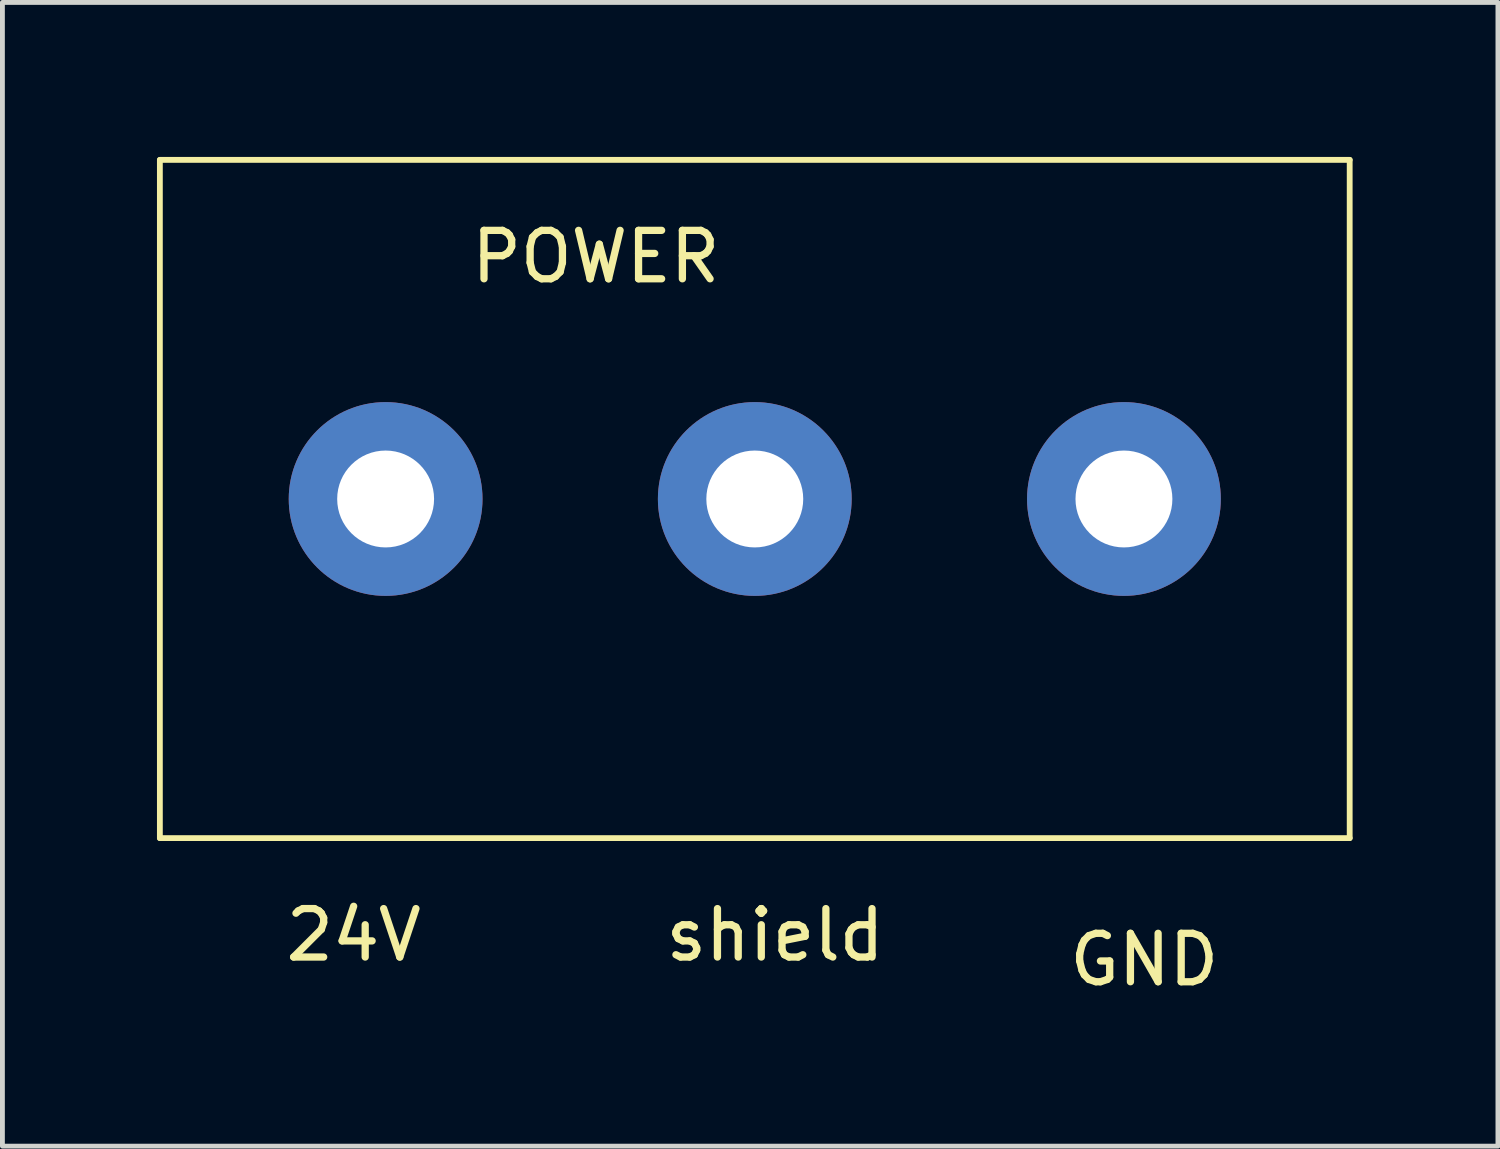
<source format=kicad_pcb>
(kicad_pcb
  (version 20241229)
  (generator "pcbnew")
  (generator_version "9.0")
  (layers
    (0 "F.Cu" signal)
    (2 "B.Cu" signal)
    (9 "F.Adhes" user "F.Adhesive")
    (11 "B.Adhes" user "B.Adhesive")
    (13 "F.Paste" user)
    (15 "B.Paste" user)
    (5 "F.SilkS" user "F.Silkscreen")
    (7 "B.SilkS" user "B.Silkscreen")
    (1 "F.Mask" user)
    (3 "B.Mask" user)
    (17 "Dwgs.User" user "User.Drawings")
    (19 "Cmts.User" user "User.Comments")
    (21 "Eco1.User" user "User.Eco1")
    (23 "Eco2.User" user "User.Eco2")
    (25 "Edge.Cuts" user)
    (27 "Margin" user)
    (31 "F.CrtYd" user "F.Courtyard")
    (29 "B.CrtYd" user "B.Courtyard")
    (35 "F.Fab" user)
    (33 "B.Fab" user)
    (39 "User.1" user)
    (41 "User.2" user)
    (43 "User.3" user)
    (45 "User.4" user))
  (footprint "POWER"
    (layer "F.Cu")
    (at 0.25 0.25)
    (property "Reference" "POWER" (at 9 2 0) (unlocked yes) (layer "F.SilkS") (effects (font (size 1 1) (thickness 0.15))))
    (attr smd)
    (fp_line (start 0 0) (end 24.56 0) (stroke (width 0.12) (type solid)) (layer "F.SilkS"))
    (fp_line (start 0 14) (end 0 0) (stroke (width 0.12) (type solid)) (layer "F.SilkS"))
    (fp_line (start 24.56 0) (end 24.56 14) (stroke (width 0.12) (type solid)) (layer "F.SilkS"))
    (fp_line (start 24.56 14) (end 0 14) (stroke (width 0.12) (type solid)) (layer "F.SilkS"))
    (fp_text user "GND" (at 20.32 16.51 0) (unlocked yes) (layer "F.SilkS") (effects (font (size 1 1) (thickness 0.15))))
    (fp_text user "24V" (at 4 16 0) (unlocked yes) (layer "F.SilkS") (effects (font (size 1 1) (thickness 0.15))))
    (fp_text user "shield" (at 12.7 16 0) (unlocked yes) (layer "F.SilkS") (effects (font (size 1 1) (thickness 0.15))))
    (pad "1" thru_hole circle (at 4.66 7) (size 4 4) (drill 2) (layers "*.Cu" "*.Mask") (remove_unused_layers yes) (keep_end_layers yes) (zone_layer_connections))
    (pad "2" thru_hole circle (at 12.28 7) (size 4 4) (drill 2) (layers "*.Cu" "*.Mask") (remove_unused_layers yes) (keep_end_layers yes) (zone_layer_connections))
    (pad "3" thru_hole circle (at 19.9 7) (size 4 4) (drill 2) (layers "*.Cu" "*.Mask") (remove_unused_layers yes) (keep_end_layers yes) (zone_layer_connections)))
  (gr_rect
    (start -3 -3)
    (end 27.87 20.608)
    (stroke (width 0.1) (type default))
    (fill no)
    (layer "Edge.Cuts")))
</source>
